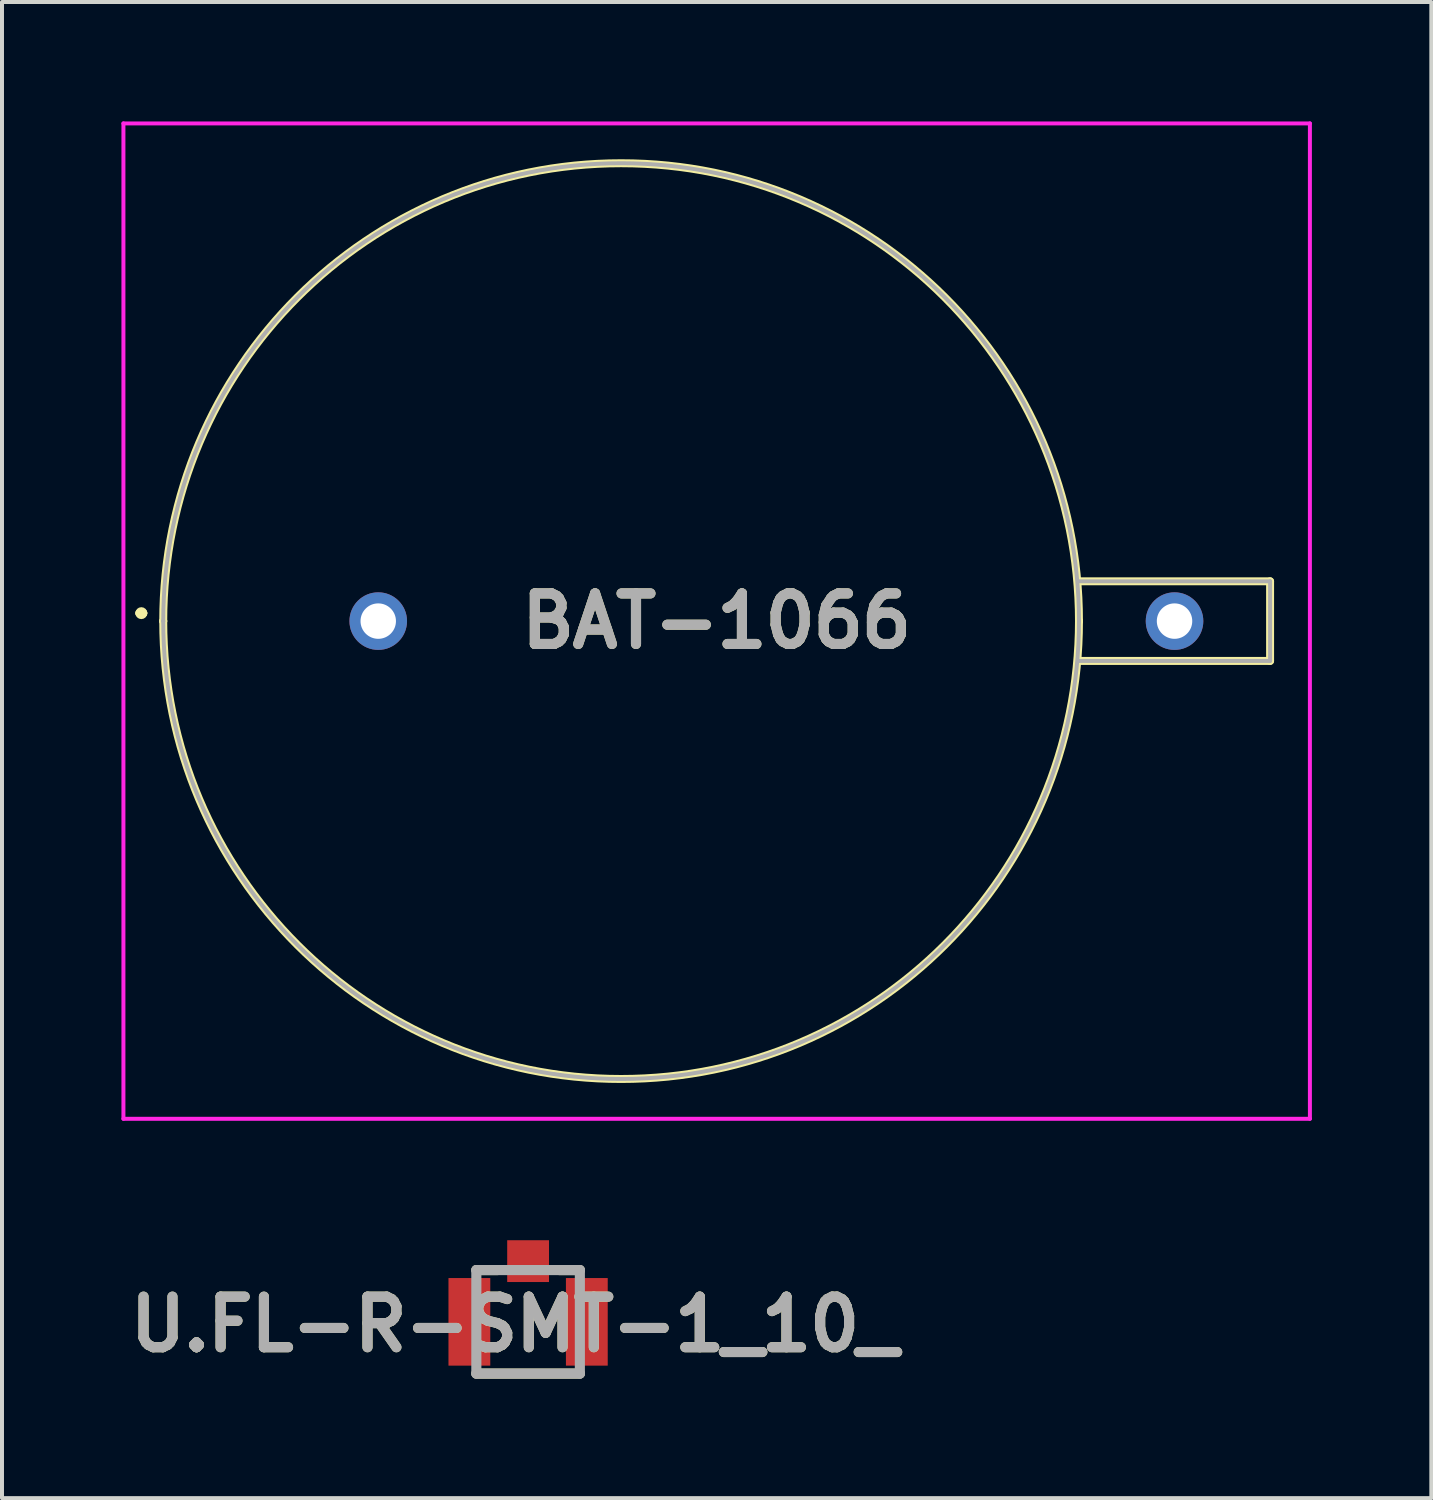
<source format=kicad_pcb>
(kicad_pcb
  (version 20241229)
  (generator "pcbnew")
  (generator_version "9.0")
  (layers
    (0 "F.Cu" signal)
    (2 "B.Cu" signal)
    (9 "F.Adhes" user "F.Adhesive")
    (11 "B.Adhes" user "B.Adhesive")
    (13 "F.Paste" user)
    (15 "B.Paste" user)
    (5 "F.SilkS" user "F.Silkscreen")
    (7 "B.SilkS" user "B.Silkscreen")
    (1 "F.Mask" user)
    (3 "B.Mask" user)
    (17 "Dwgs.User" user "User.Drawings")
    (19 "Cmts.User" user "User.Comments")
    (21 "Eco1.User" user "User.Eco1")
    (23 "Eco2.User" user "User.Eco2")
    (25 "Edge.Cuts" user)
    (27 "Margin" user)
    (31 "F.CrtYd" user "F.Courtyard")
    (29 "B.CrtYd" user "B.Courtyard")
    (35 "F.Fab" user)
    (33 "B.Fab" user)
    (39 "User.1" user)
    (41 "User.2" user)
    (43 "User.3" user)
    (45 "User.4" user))
  (footprint "U.FL-R-SMT-1_10_"
    (layer "F.Cu")
    (at 10.214 30.15)
    (property "Reference" "U.FL-R-SMT-1_10_" (at -0.345 0.063 0) (layer "F.SilkS") (effects (font (size 1.27 1.27) (thickness 0.254))))
    (attr smd)
    (fp_line (start -1.3 -1.3) (end -0.77 -1.3) (stroke (width 0.254) (type solid)) (layer "F.SilkS"))
    (fp_line (start -1.3 1.3) (end 1.3 1.3) (stroke (width 0.254) (type solid)) (layer "F.SilkS"))
    (fp_line (start 1.3 -1.3) (end 0.788 -1.3) (stroke (width 0.254) (type solid)) (layer "F.SilkS"))
    (fp_line (start -1.3 -1.3) (end 1.3 -1.3) (stroke (width 0.254) (type solid)) (layer "F.Fab"))
    (fp_line (start -1.3 1.3) (end -1.3 -1.3) (stroke (width 0.254) (type solid)) (layer "F.Fab"))
    (fp_line (start 1.3 -1.3) (end 1.3 1.3) (stroke (width 0.254) (type solid)) (layer "F.Fab"))
    (fp_line (start 1.3 1.3) (end -1.3 1.3) (stroke (width 0.254) (type solid)) (layer "F.Fab"))
    (fp_text user "${REFERENCE}" (at -0.345 0.063 0) (layer "F.Fab") (effects (font (size 1.27 1.27) (thickness 0.254))))
    (pad "1" smd rect (at -1.475 0) (size 1.05 2.2) (layers "F.Cu" "F.Mask" "F.Paste"))
    (pad "2" smd rect (at 1.475 0) (size 1.05 2.2) (layers "F.Cu" "F.Mask" "F.Paste"))
    (pad "3" smd rect (at 0 -1.525 90) (size 1.05 1.05) (layers "F.Cu" "F.Mask" "F.Paste")))
  (footprint "BAT-1066"
    (layer "F.Cu")
    (at 6.45 12.55)
    (property "Reference" "BAT-1066" (at 8.5 0 0) (layer "F.SilkS") (effects (font (size 1.27 1.27) (thickness 0.254))))
    (attr through_hole)
    (fp_line (start -6 -0.2) (end -6 -0.2) (stroke (width 0.2) (type solid)) (layer "F.SilkS"))
    (fp_line (start -5.9 -0.2) (end -5.9 -0.2) (stroke (width 0.2) (type solid)) (layer "F.SilkS"))
    (fp_line (start -5.4 0) (end -5.4 0) (stroke (width 0.2) (type solid)) (layer "F.SilkS"))
    (fp_line (start 17.6 -1) (end 22.4 -1) (stroke (width 0.2) (type solid)) (layer "F.SilkS"))
    (fp_line (start 17.6 0) (end 17.6 0) (stroke (width 0.2) (type solid)) (layer "F.SilkS"))
    (fp_line (start 22.4 -1) (end 22.4 1) (stroke (width 0.2) (type solid)) (layer "F.SilkS"))
    (fp_line (start 22.4 1) (end 17.6 1) (stroke (width 0.2) (type solid)) (layer "F.SilkS"))
    (fp_arc (start -6 -0.2) (mid -5.95 -0.25) (end -5.9 -0.2) (stroke (width 0.2) (type solid)) (layer "F.SilkS"))
    (fp_arc (start -5.9 -0.2) (mid -5.95 -0.15) (end -6 -0.2) (stroke (width 0.2) (type solid)) (layer "F.SilkS"))
    (fp_arc (start -5.4 0) (mid 6.1 -11.5) (end 17.6 0) (stroke (width 0.2) (type solid)) (layer "F.SilkS"))
    (fp_arc (start 17.6 0) (mid 6.1 11.5) (end -5.4 0) (stroke (width 0.2) (type solid)) (layer "F.SilkS"))
    (fp_line (start -6.4 -12.5) (end 23.4 -12.5) (stroke (width 0.1) (type solid)) (layer "F.CrtYd"))
    (fp_line (start -6.4 12.5) (end -6.4 -12.5) (stroke (width 0.1) (type solid)) (layer "F.CrtYd"))
    (fp_line (start 23.4 -12.5) (end 23.4 12.5) (stroke (width 0.1) (type solid)) (layer "F.CrtYd"))
    (fp_line (start 23.4 12.5) (end -6.4 12.5) (stroke (width 0.1) (type solid)) (layer "F.CrtYd"))
    (fp_line (start -5.4 0) (end -5.4 0) (stroke (width 0.1) (type solid)) (layer "F.Fab"))
    (fp_line (start 17.6 -1) (end 22.4 -1) (stroke (width 0.1) (type solid)) (layer "F.Fab"))
    (fp_line (start 17.6 0) (end 17.6 0) (stroke (width 0.1) (type solid)) (layer "F.Fab"))
    (fp_line (start 22.4 -1) (end 22.4 1) (stroke (width 0.1) (type solid)) (layer "F.Fab"))
    (fp_line (start 22.4 1) (end 17.6 1) (stroke (width 0.1) (type solid)) (layer "F.Fab"))
    (fp_arc (start -5.4 0) (mid 6.1 -11.5) (end 17.6 0) (stroke (width 0.1) (type solid)) (layer "F.Fab"))
    (fp_arc (start 17.6 0) (mid 6.1 11.5) (end -5.4 0) (stroke (width 0.1) (type solid)) (layer "F.Fab"))
    (fp_text user "${REFERENCE}" (at 8.5 0 0) (layer "F.Fab") (effects (font (size 1.27 1.27) (thickness 0.254))))
    (pad "1" thru_hole circle (at 0 0) (size 1.446 1.446) (drill 0.89) (layers "*.Cu" "*.Mask"))
    (pad "2" thru_hole circle (at 20 0) (size 1.446 1.446) (drill 0.89) (layers "*.Cu" "*.Mask")))
  (gr_rect
    (start -3 -3)
    (end 32.9 34.577)
    (stroke (width 0.1) (type default))
    (fill no)
    (layer "Edge.Cuts")))
</source>
